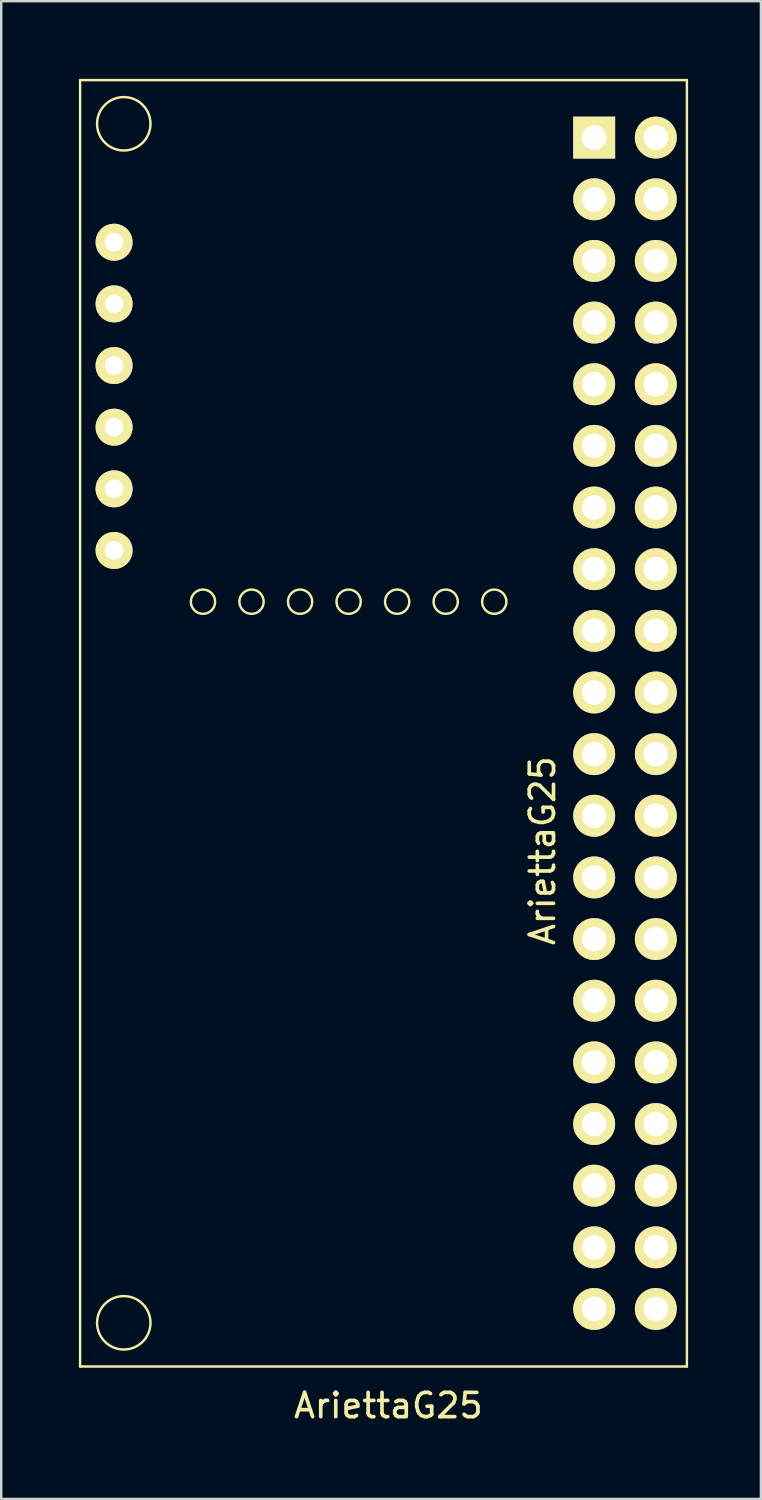
<source format=kicad_pcb>
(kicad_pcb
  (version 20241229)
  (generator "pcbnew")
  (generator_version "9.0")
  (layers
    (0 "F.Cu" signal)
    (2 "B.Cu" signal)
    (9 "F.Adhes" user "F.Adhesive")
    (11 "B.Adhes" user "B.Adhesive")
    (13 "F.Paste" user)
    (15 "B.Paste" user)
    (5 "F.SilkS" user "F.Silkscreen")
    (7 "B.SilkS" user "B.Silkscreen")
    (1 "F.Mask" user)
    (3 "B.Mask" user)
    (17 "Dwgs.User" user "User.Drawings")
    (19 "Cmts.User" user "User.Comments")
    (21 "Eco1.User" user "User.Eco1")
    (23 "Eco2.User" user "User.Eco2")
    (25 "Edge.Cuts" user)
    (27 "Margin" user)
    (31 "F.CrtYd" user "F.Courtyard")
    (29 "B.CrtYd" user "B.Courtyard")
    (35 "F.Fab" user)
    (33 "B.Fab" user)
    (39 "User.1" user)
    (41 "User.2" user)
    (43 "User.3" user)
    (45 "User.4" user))
  (footprint "AriettaG25"
    (layer "F.Cu")
    (at 0.25 0.25)
    (property "Reference" "AriettaG25" (at 12.7 54.61 0) (layer "F.SilkS") (effects (font (size 1 1) (thickness 0.15))))
    (attr through_hole)
    (fp_line (start 0 -0.000001) (end 0 53) (stroke (width 0.1) (type solid)) (layer "F.SilkS"))
    (fp_line (start 0 53) (end 25 53) (stroke (width 0.1) (type solid)) (layer "F.SilkS"))
    (fp_line (start 25 -0.000001) (end 0 -0.000001) (stroke (width 0.1) (type solid)) (layer "F.SilkS"))
    (fp_line (start 25 53) (end 25 -0.000001) (stroke (width 0.1) (type solid)) (layer "F.SilkS"))
    (fp_circle (center 1.8 1.8) (end 2.9 1.8) (stroke (width 0.1) (type solid)) (fill no) (layer "F.SilkS"))
    (fp_circle (center 1.8 51.2) (end 2.9 51.2) (stroke (width 0.1) (type solid)) (fill no) (layer "F.SilkS"))
    (fp_circle (center 5.063 21.49) (end 5.563 21.49) (stroke (width 0.1) (type solid)) (fill no) (layer "F.SilkS"))
    (fp_circle (center 7.063 21.49) (end 7.563 21.49) (stroke (width 0.1) (type solid)) (fill no) (layer "F.SilkS"))
    (fp_circle (center 9.063 21.49) (end 9.563 21.49) (stroke (width 0.1) (type solid)) (fill no) (layer "F.SilkS"))
    (fp_circle (center 11.063 21.49) (end 11.563 21.49) (stroke (width 0.1) (type solid)) (fill no) (layer "F.SilkS"))
    (fp_circle (center 13.063 21.49) (end 13.563 21.49) (stroke (width 0.1) (type solid)) (fill no) (layer "F.SilkS"))
    (fp_circle (center 15.063 21.49) (end 15.563 21.49) (stroke (width 0.1) (type solid)) (fill no) (layer "F.SilkS"))
    (fp_circle (center 17.063 21.49) (end 17.563 21.49) (stroke (width 0.1) (type solid)) (fill no) (layer "F.SilkS"))
    (fp_text user "AriettaG25" (at 19.05 31.75 90) (layer "F.SilkS") (effects (font (size 1 1) (thickness 0.15))))
    (pad "1" thru_hole rect (at 21.18 2.37) (size 1.727 1.727) (drill 1.016) (layers "*.Cu" "*.Mask" "F.SilkS"))
    (pad "2" thru_hole oval (at 23.72 2.37) (size 1.727 1.727) (drill 1.016) (layers "*.Cu" "*.Mask" "F.SilkS"))
    (pad "3" thru_hole oval (at 21.18 4.91) (size 1.727 1.727) (drill 1.016) (layers "*.Cu" "*.Mask" "F.SilkS"))
    (pad "4" thru_hole oval (at 23.72 4.91) (size 1.727 1.727) (drill 1.016) (layers "*.Cu" "*.Mask" "F.SilkS"))
    (pad "5" thru_hole oval (at 21.18 7.45) (size 1.727 1.727) (drill 1.016) (layers "*.Cu" "*.Mask" "F.SilkS"))
    (pad "6" thru_hole oval (at 23.72 7.45) (size 1.727 1.727) (drill 1.016) (layers "*.Cu" "*.Mask" "F.SilkS"))
    (pad "7" thru_hole oval (at 21.18 9.99) (size 1.727 1.727) (drill 1.016) (layers "*.Cu" "*.Mask" "F.SilkS"))
    (pad "8" thru_hole oval (at 23.72 9.99) (size 1.727 1.727) (drill 1.016) (layers "*.Cu" "*.Mask" "F.SilkS"))
    (pad "9" thru_hole oval (at 21.18 12.53) (size 1.727 1.727) (drill 1.016) (layers "*.Cu" "*.Mask" "F.SilkS"))
    (pad "10" thru_hole oval (at 23.72 12.53) (size 1.727 1.727) (drill 1.016) (layers "*.Cu" "*.Mask" "F.SilkS"))
    (pad "11" thru_hole oval (at 21.18 15.07) (size 1.727 1.727) (drill 1.016) (layers "*.Cu" "*.Mask" "F.SilkS"))
    (pad "12" thru_hole oval (at 23.72 15.07) (size 1.727 1.727) (drill 1.016) (layers "*.Cu" "*.Mask" "F.SilkS"))
    (pad "13" thru_hole oval (at 21.18 17.61) (size 1.727 1.727) (drill 1.016) (layers "*.Cu" "*.Mask" "F.SilkS"))
    (pad "14" thru_hole oval (at 23.72 17.61) (size 1.727 1.727) (drill 1.016) (layers "*.Cu" "*.Mask" "F.SilkS"))
    (pad "15" thru_hole oval (at 21.18 20.15) (size 1.727 1.727) (drill 1.016) (layers "*.Cu" "*.Mask" "F.SilkS"))
    (pad "16" thru_hole oval (at 23.72 20.15) (size 1.727 1.727) (drill 1.016) (layers "*.Cu" "*.Mask" "F.SilkS"))
    (pad "17" thru_hole oval (at 21.18 22.69) (size 1.727 1.727) (drill 1.016) (layers "*.Cu" "*.Mask" "F.SilkS"))
    (pad "18" thru_hole oval (at 23.72 22.69) (size 1.727 1.727) (drill 1.016) (layers "*.Cu" "*.Mask" "F.SilkS"))
    (pad "19" thru_hole oval (at 21.18 25.23) (size 1.727 1.727) (drill 1.016) (layers "*.Cu" "*.Mask" "F.SilkS"))
    (pad "20" thru_hole oval (at 23.72 25.23) (size 1.727 1.727) (drill 1.016) (layers "*.Cu" "*.Mask" "F.SilkS"))
    (pad "21" thru_hole oval (at 21.18 27.77) (size 1.727 1.727) (drill 1.016) (layers "*.Cu" "*.Mask" "F.SilkS"))
    (pad "22" thru_hole oval (at 23.72 27.77) (size 1.727 1.727) (drill 1.016) (layers "*.Cu" "*.Mask" "F.SilkS"))
    (pad "23" thru_hole oval (at 21.18 30.31) (size 1.727 1.727) (drill 1.016) (layers "*.Cu" "*.Mask" "F.SilkS"))
    (pad "24" thru_hole oval (at 23.72 30.31) (size 1.727 1.727) (drill 1.016) (layers "*.Cu" "*.Mask" "F.SilkS"))
    (pad "25" thru_hole oval (at 21.18 32.85) (size 1.727 1.727) (drill 1.016) (layers "*.Cu" "*.Mask" "F.SilkS"))
    (pad "26" thru_hole oval (at 23.72 32.85) (size 1.727 1.727) (drill 1.016) (layers "*.Cu" "*.Mask" "F.SilkS"))
    (pad "27" thru_hole oval (at 21.18 35.39) (size 1.727 1.727) (drill 1.016) (layers "*.Cu" "*.Mask" "F.SilkS"))
    (pad "28" thru_hole oval (at 23.72 35.39) (size 1.727 1.727) (drill 1.016) (layers "*.Cu" "*.Mask" "F.SilkS"))
    (pad "29" thru_hole oval (at 21.18 37.93) (size 1.727 1.727) (drill 1.016) (layers "*.Cu" "*.Mask" "F.SilkS"))
    (pad "30" thru_hole oval (at 23.72 37.93) (size 1.727 1.727) (drill 1.016) (layers "*.Cu" "*.Mask" "F.SilkS"))
    (pad "31" thru_hole oval (at 21.18 40.47) (size 1.727 1.727) (drill 1.016) (layers "*.Cu" "*.Mask" "F.SilkS"))
    (pad "32" thru_hole oval (at 23.72 40.47) (size 1.727 1.727) (drill 1.016) (layers "*.Cu" "*.Mask" "F.SilkS"))
    (pad "33" thru_hole oval (at 21.18 43.01) (size 1.727 1.727) (drill 1.016) (layers "*.Cu" "*.Mask" "F.SilkS"))
    (pad "34" thru_hole oval (at 23.72 43.01) (size 1.727 1.727) (drill 1.016) (layers "*.Cu" "*.Mask" "F.SilkS"))
    (pad "35" thru_hole oval (at 21.18 45.55) (size 1.727 1.727) (drill 1.016) (layers "*.Cu" "*.Mask" "F.SilkS"))
    (pad "36" thru_hole oval (at 23.72 45.55) (size 1.727 1.727) (drill 1.016) (layers "*.Cu" "*.Mask" "F.SilkS"))
    (pad "37" thru_hole oval (at 21.18 48.09) (size 1.727 1.727) (drill 1.016) (layers "*.Cu" "*.Mask" "F.SilkS"))
    (pad "38" thru_hole oval (at 23.72 48.09) (size 1.727 1.727) (drill 1.016) (layers "*.Cu" "*.Mask" "F.SilkS"))
    (pad "39" thru_hole oval (at 21.18 50.63) (size 1.727 1.727) (drill 1.016) (layers "*.Cu" "*.Mask" "F.SilkS"))
    (pad "40" thru_hole oval (at 23.72 50.63) (size 1.727 1.727) (drill 1.016) (layers "*.Cu" "*.Mask" "F.SilkS"))
    (pad "DPI1" thru_hole circle (at 1.4 6.68) (size 1.524 1.524) (drill 0.762) (layers "*.Cu" "*.Mask" "F.SilkS"))
    (pad "DPI2" thru_hole circle (at 1.4 9.22) (size 1.524 1.524) (drill 0.762) (layers "*.Cu" "*.Mask" "F.SilkS"))
    (pad "DPI3" thru_hole circle (at 1.4 11.76) (size 1.524 1.524) (drill 0.762) (layers "*.Cu" "*.Mask" "F.SilkS"))
    (pad "DPI4" thru_hole circle (at 1.4 14.3) (size 1.524 1.524) (drill 0.762) (layers "*.Cu" "*.Mask" "F.SilkS"))
    (pad "DPI5" thru_hole circle (at 1.4 16.84) (size 1.524 1.524) (drill 0.762) (layers "*.Cu" "*.Mask" "F.SilkS"))
    (pad "DPI6" thru_hole circle (at 1.4 19.38) (size 1.524 1.524) (drill 0.762) (layers "*.Cu" "*.Mask" "F.SilkS")))
  (gr_rect
    (start -3 -3)
    (end 28.3 58.708)
    (stroke (width 0.1) (type default))
    (fill no)
    (layer "Edge.Cuts")))
</source>
